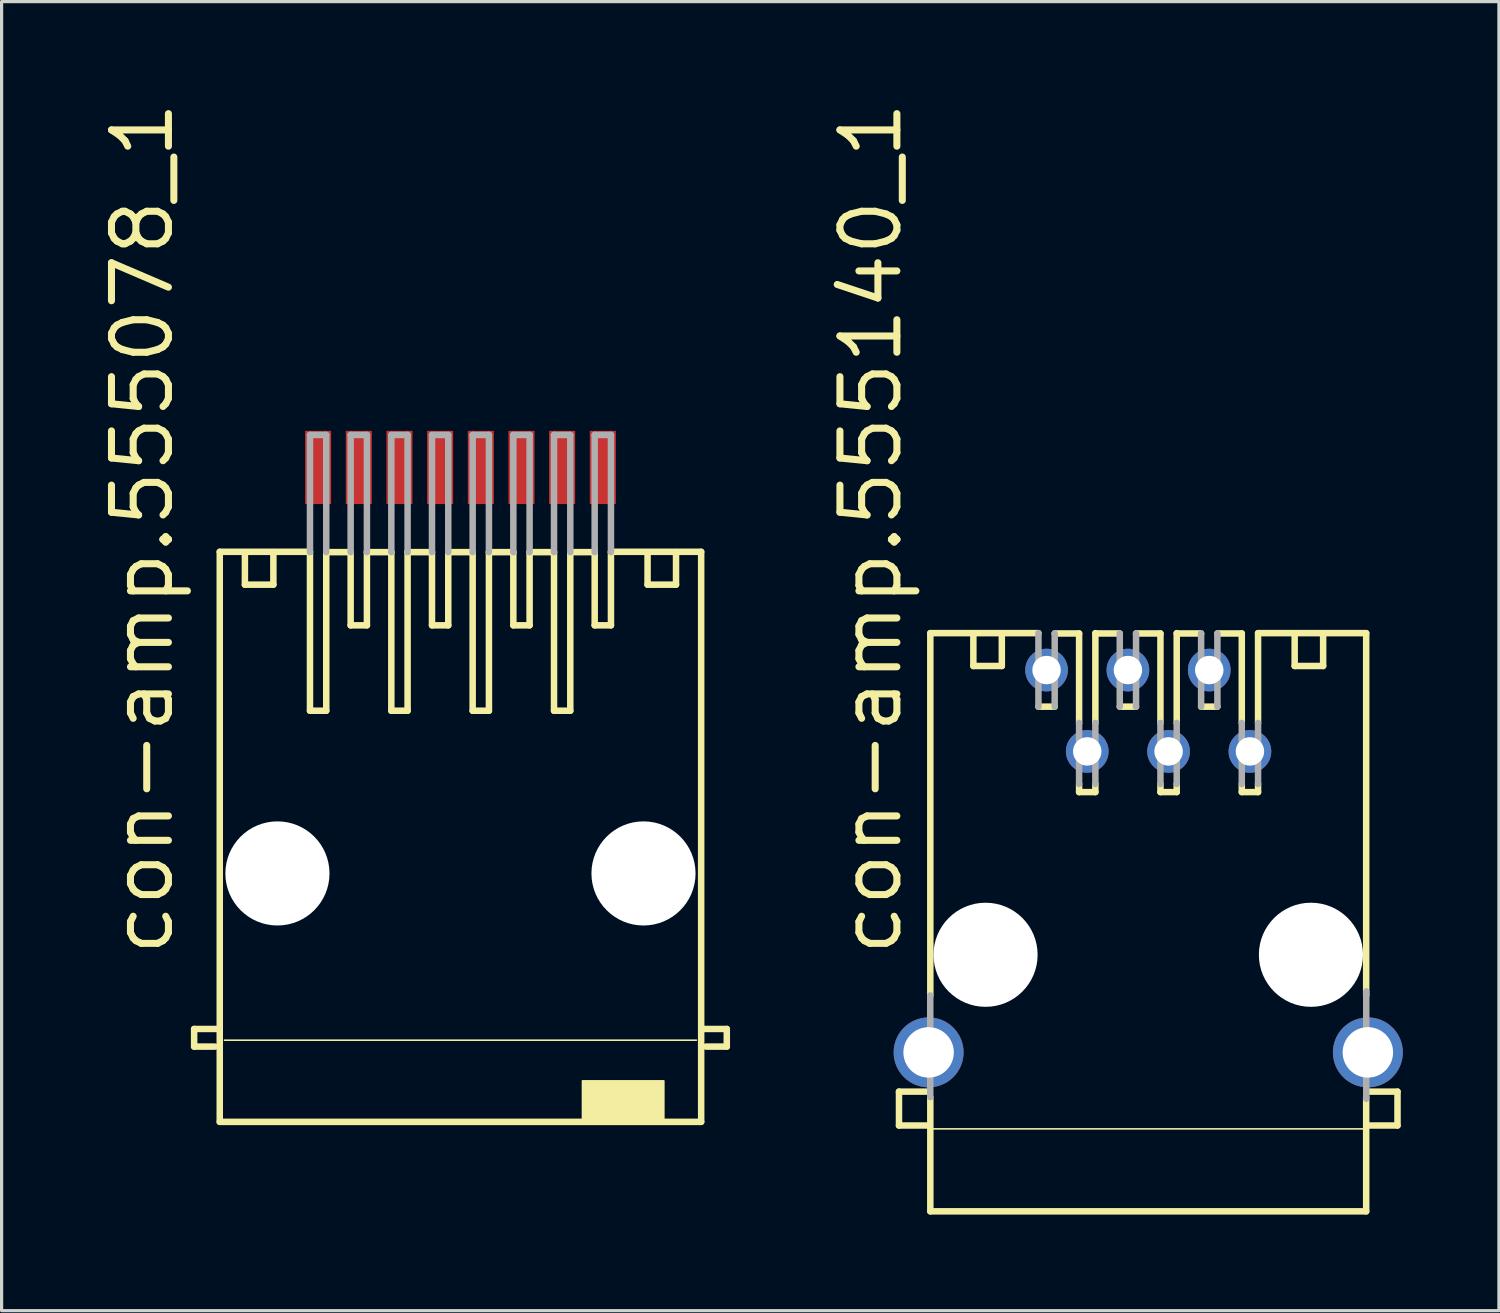
<source format=kicad_pcb>
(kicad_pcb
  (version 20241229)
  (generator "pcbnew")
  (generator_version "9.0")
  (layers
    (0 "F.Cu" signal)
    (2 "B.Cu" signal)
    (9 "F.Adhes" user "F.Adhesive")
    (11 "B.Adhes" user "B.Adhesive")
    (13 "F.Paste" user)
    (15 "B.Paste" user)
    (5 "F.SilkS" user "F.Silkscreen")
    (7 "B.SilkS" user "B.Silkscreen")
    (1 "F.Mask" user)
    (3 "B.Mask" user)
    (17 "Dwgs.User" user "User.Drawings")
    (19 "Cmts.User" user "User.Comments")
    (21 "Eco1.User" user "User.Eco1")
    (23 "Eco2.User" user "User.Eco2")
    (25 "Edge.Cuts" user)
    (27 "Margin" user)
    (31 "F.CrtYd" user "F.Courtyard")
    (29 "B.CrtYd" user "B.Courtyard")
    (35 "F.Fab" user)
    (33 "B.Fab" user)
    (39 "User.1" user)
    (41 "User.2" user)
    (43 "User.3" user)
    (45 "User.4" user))
  (footprint "con-amp.555078_1"
    (layer "F.Cu")
    (at 11.328 23.08)
    (property "Reference" "con-amp.555078_1" (at -8.89 3.81 90) (layer "F.SilkS") (effects (font (size 1.778 1.778) (thickness 0.22)) (justify left bottom)))
    (attr smd)
    (fp_line (start -8.316 6) (end -7.616 6) (stroke (width 0.203) (type default)) (layer "F.SilkS"))
    (fp_line (start -8.316 6.55) (end -8.316 6) (stroke (width 0.203) (type default)) (layer "F.SilkS"))
    (fp_line (start -7.666 6.55) (end -8.316 6.55) (stroke (width 0.203) (type default)) (layer "F.SilkS"))
    (fp_line (start -7.516 -8.9) (end -4.699 -8.9) (stroke (width 0.203) (type default)) (layer "F.SilkS"))
    (fp_line (start -7.516 8.9) (end -7.516 -8.9) (stroke (width 0.203) (type default)) (layer "F.SilkS"))
    (fp_line (start -7.366 6.35) (end 7.366 6.35) (stroke (width 0.051) (type default)) (layer "F.SilkS"))
    (fp_line (start -6.731 -8.89) (end -6.731 -7.874) (stroke (width 0.203) (type default)) (layer "F.SilkS"))
    (fp_line (start -6.731 -7.874) (end -5.842 -7.874) (stroke (width 0.203) (type default)) (layer "F.SilkS"))
    (fp_line (start -5.842 -7.874) (end -5.842 -8.89) (stroke (width 0.203) (type default)) (layer "F.SilkS"))
    (fp_line (start -4.699 -3.937) (end -4.699 -8.89) (stroke (width 0.203) (type default)) (layer "F.SilkS"))
    (fp_line (start -4.191 -8.89) (end -3.429 -8.89) (stroke (width 0.203) (type default)) (layer "F.SilkS"))
    (fp_line (start -4.191 -3.937) (end -4.699 -3.937) (stroke (width 0.203) (type default)) (layer "F.SilkS"))
    (fp_line (start -4.191 -3.937) (end -4.191 -8.9) (stroke (width 0.203) (type default)) (layer "F.SilkS"))
    (fp_line (start -3.429 -8.89) (end -3.429 -6.604) (stroke (width 0.203) (type default)) (layer "F.SilkS"))
    (fp_line (start -2.921 -8.89) (end -2.921 -6.604) (stroke (width 0.203) (type default)) (layer "F.SilkS"))
    (fp_line (start -2.921 -8.89) (end -2.159 -8.89) (stroke (width 0.203) (type default)) (layer "F.SilkS"))
    (fp_line (start -2.921 -6.604) (end -3.429 -6.604) (stroke (width 0.203) (type default)) (layer "F.SilkS"))
    (fp_line (start -2.159 -3.937) (end -2.159 -8.89) (stroke (width 0.203) (type default)) (layer "F.SilkS"))
    (fp_line (start -1.651 -8.89) (end -0.889 -8.89) (stroke (width 0.203) (type default)) (layer "F.SilkS"))
    (fp_line (start -1.651 -3.937) (end -2.159 -3.937) (stroke (width 0.203) (type default)) (layer "F.SilkS"))
    (fp_line (start -1.651 -3.937) (end -1.651 -8.9) (stroke (width 0.203) (type default)) (layer "F.SilkS"))
    (fp_line (start -0.889 -8.89) (end -0.889 -6.604) (stroke (width 0.203) (type default)) (layer "F.SilkS"))
    (fp_line (start -0.381 -8.89) (end -0.381 -6.604) (stroke (width 0.203) (type default)) (layer "F.SilkS"))
    (fp_line (start -0.381 -8.89) (end 0.381 -8.89) (stroke (width 0.203) (type default)) (layer "F.SilkS"))
    (fp_line (start -0.381 -6.604) (end -0.889 -6.604) (stroke (width 0.203) (type default)) (layer "F.SilkS"))
    (fp_line (start 0.381 -3.937) (end 0.381 -8.89) (stroke (width 0.203) (type default)) (layer "F.SilkS"))
    (fp_line (start 0.889 -8.89) (end 1.651 -8.89) (stroke (width 0.203) (type default)) (layer "F.SilkS"))
    (fp_line (start 0.889 -3.937) (end 0.381 -3.937) (stroke (width 0.203) (type default)) (layer "F.SilkS"))
    (fp_line (start 0.889 -3.937) (end 0.889 -8.89) (stroke (width 0.203) (type default)) (layer "F.SilkS"))
    (fp_line (start 1.651 -8.89) (end 1.651 -6.604) (stroke (width 0.203) (type default)) (layer "F.SilkS"))
    (fp_line (start 2.159 -8.89) (end 2.159 -6.604) (stroke (width 0.203) (type default)) (layer "F.SilkS"))
    (fp_line (start 2.159 -8.89) (end 2.921 -8.89) (stroke (width 0.203) (type default)) (layer "F.SilkS"))
    (fp_line (start 2.159 -6.604) (end 1.651 -6.604) (stroke (width 0.203) (type default)) (layer "F.SilkS"))
    (fp_line (start 2.921 -3.937) (end 2.921 -8.89) (stroke (width 0.203) (type default)) (layer "F.SilkS"))
    (fp_line (start 3.429 -8.89) (end 4.191 -8.89) (stroke (width 0.203) (type default)) (layer "F.SilkS"))
    (fp_line (start 3.429 -3.937) (end 2.921 -3.937) (stroke (width 0.203) (type default)) (layer "F.SilkS"))
    (fp_line (start 3.429 -3.937) (end 3.429 -8.9) (stroke (width 0.203) (type default)) (layer "F.SilkS"))
    (fp_line (start 4.191 -8.89) (end 4.191 -6.604) (stroke (width 0.203) (type default)) (layer "F.SilkS"))
    (fp_line (start 4.699 -8.9) (end 7.516 -8.9) (stroke (width 0.203) (type default)) (layer "F.SilkS"))
    (fp_line (start 4.699 -8.89) (end 4.699 -6.604) (stroke (width 0.203) (type default)) (layer "F.SilkS"))
    (fp_line (start 4.699 -6.604) (end 4.191 -6.604) (stroke (width 0.203) (type default)) (layer "F.SilkS"))
    (fp_line (start 5.842 -7.874) (end 5.842 -8.89) (stroke (width 0.203) (type default)) (layer "F.SilkS"))
    (fp_line (start 6.731 -8.89) (end 6.731 -7.874) (stroke (width 0.203) (type default)) (layer "F.SilkS"))
    (fp_line (start 6.731 -7.874) (end 5.842 -7.874) (stroke (width 0.203) (type default)) (layer "F.SilkS"))
    (fp_line (start 7.516 -8.9) (end 7.516 8.9) (stroke (width 0.203) (type default)) (layer "F.SilkS"))
    (fp_line (start 7.516 8.9) (end -7.516 8.9) (stroke (width 0.203) (type default)) (layer "F.SilkS"))
    (fp_line (start 7.666 6.55) (end 8.316 6.55) (stroke (width 0.203) (type default)) (layer "F.SilkS"))
    (fp_line (start 8.316 6) (end 7.616 6) (stroke (width 0.203) (type default)) (layer "F.SilkS"))
    (fp_line (start 8.316 6.55) (end 8.316 6) (stroke (width 0.203) (type default)) (layer "F.SilkS"))
    (fp_rect (start 3.81 8.89) (end 6.35 7.62) (stroke (width 0.05) (type default)) (fill yes) (layer "F.SilkS"))
    (fp_line (start -4.699 -12.549) (end -4.699 -8.89) (stroke (width 0.203) (type default)) (layer "F.Fab"))
    (fp_line (start -4.191 -12.549) (end -4.699 -12.549) (stroke (width 0.203) (type default)) (layer "F.Fab"))
    (fp_line (start -4.191 -8.89) (end -4.191 -12.549) (stroke (width 0.203) (type default)) (layer "F.Fab"))
    (fp_line (start -3.429 -12.549) (end -3.429 -8.89) (stroke (width 0.203) (type default)) (layer "F.Fab"))
    (fp_line (start -2.921 -12.549) (end -3.429 -12.549) (stroke (width 0.203) (type default)) (layer "F.Fab"))
    (fp_line (start -2.921 -8.89) (end -2.921 -12.549) (stroke (width 0.203) (type default)) (layer "F.Fab"))
    (fp_line (start -2.159 -12.549) (end -2.159 -8.89) (stroke (width 0.203) (type default)) (layer "F.Fab"))
    (fp_line (start -1.651 -12.549) (end -2.159 -12.549) (stroke (width 0.203) (type default)) (layer "F.Fab"))
    (fp_line (start -1.651 -8.89) (end -1.651 -12.549) (stroke (width 0.203) (type default)) (layer "F.Fab"))
    (fp_line (start -0.889 -12.549) (end -0.889 -8.89) (stroke (width 0.203) (type default)) (layer "F.Fab"))
    (fp_line (start -0.381 -12.549) (end -0.889 -12.549) (stroke (width 0.203) (type default)) (layer "F.Fab"))
    (fp_line (start -0.381 -8.89) (end -0.381 -12.549) (stroke (width 0.203) (type default)) (layer "F.Fab"))
    (fp_line (start 0.381 -12.549) (end 0.381 -8.89) (stroke (width 0.203) (type default)) (layer "F.Fab"))
    (fp_line (start 0.889 -12.549) (end 0.381 -12.549) (stroke (width 0.203) (type default)) (layer "F.Fab"))
    (fp_line (start 0.889 -8.89) (end 0.889 -12.549) (stroke (width 0.203) (type default)) (layer "F.Fab"))
    (fp_line (start 1.651 -12.549) (end 1.651 -8.89) (stroke (width 0.203) (type default)) (layer "F.Fab"))
    (fp_line (start 2.159 -12.549) (end 1.651 -12.549) (stroke (width 0.203) (type default)) (layer "F.Fab"))
    (fp_line (start 2.159 -8.89) (end 2.159 -12.549) (stroke (width 0.203) (type default)) (layer "F.Fab"))
    (fp_line (start 2.921 -12.549) (end 2.921 -8.89) (stroke (width 0.203) (type default)) (layer "F.Fab"))
    (fp_line (start 3.429 -12.549) (end 2.921 -12.549) (stroke (width 0.203) (type default)) (layer "F.Fab"))
    (fp_line (start 3.429 -8.89) (end 3.429 -12.549) (stroke (width 0.203) (type default)) (layer "F.Fab"))
    (fp_line (start 4.191 -12.549) (end 4.191 -8.89) (stroke (width 0.203) (type default)) (layer "F.Fab"))
    (fp_line (start 4.699 -12.549) (end 4.191 -12.549) (stroke (width 0.203) (type default)) (layer "F.Fab"))
    (fp_line (start 4.699 -8.89) (end 4.699 -12.549) (stroke (width 0.203) (type default)) (layer "F.Fab"))
    (pad "" np_thru_hole circle (at -5.715 1.143) (size 3.251 3.251) (drill 3.251) (layers "*.Cu" "*.Mask"))
    (pad "" np_thru_hole circle (at 5.715 1.143) (size 3.251 3.251) (drill 3.251) (layers "*.Cu" "*.Mask"))
    (pad "1" smd roundrect (at -4.445 -11.533) (size 0.813 2.286) (layers "F.Cu" "F.Mask" "F.Paste") (roundrect_rratio 0.01))
    (pad "2" smd roundrect (at -3.175 -11.533) (size 0.813 2.286) (layers "F.Cu" "F.Mask" "F.Paste") (roundrect_rratio 0.01))
    (pad "3" smd roundrect (at -1.905 -11.533) (size 0.813 2.286) (layers "F.Cu" "F.Mask" "F.Paste") (roundrect_rratio 0.01))
    (pad "4" smd roundrect (at -0.635 -11.533) (size 0.813 2.286) (layers "F.Cu" "F.Mask" "F.Paste") (roundrect_rratio 0.01))
    (pad "5" smd roundrect (at 0.635 -11.533) (size 0.813 2.286) (layers "F.Cu" "F.Mask" "F.Paste") (roundrect_rratio 0.01))
    (pad "6" smd roundrect (at 1.905 -11.533) (size 0.813 2.286) (layers "F.Cu" "F.Mask" "F.Paste") (roundrect_rratio 0.01))
    (pad "7" smd roundrect (at 3.175 -11.533) (size 0.813 2.286) (layers "F.Cu" "F.Mask" "F.Paste") (roundrect_rratio 0.01))
    (pad "8" smd roundrect (at 4.445 -11.533) (size 0.813 2.286) (layers "F.Cu" "F.Mask" "F.Paste") (roundrect_rratio 0.01)))
  (footprint "con-amp.555140_1"
    (layer "F.Cu")
    (at 32.804 26.763)
    (property "Reference" "con-amp.555140_1" (at -7.62 0.127 90) (layer "F.SilkS") (effects (font (size 1.778 1.778) (thickness 0.22)) (justify left bottom)))
    (attr through_hole)
    (fp_line (start -7.783 4.273) (end -6.829 4.273) (stroke (width 0.203) (type default)) (layer "F.SilkS"))
    (fp_line (start -7.783 5.331) (end -7.783 4.273) (stroke (width 0.203) (type default)) (layer "F.SilkS"))
    (fp_line (start -6.858 5.436) (end 6.858 5.436) (stroke (width 0.051) (type default)) (layer "F.SilkS"))
    (fp_line (start -6.828 5.331) (end -7.783 5.331) (stroke (width 0.203) (type default)) (layer "F.SilkS"))
    (fp_line (start -6.805 -10.043) (end -3.429 -10.043) (stroke (width 0.203) (type default)) (layer "F.SilkS"))
    (fp_line (start -6.805 1.27) (end -6.805 -10.043) (stroke (width 0.203) (type default)) (layer "F.SilkS"))
    (fp_line (start -6.805 8.011) (end -6.805 4.445) (stroke (width 0.203) (type default)) (layer "F.SilkS"))
    (fp_line (start -5.461 -10.033) (end -5.461 -9.017) (stroke (width 0.203) (type default)) (layer "F.SilkS"))
    (fp_line (start -5.461 -9.017) (end -4.572 -9.017) (stroke (width 0.203) (type default)) (layer "F.SilkS"))
    (fp_line (start -4.572 -9.017) (end -4.572 -10.033) (stroke (width 0.203) (type default)) (layer "F.SilkS"))
    (fp_line (start -2.921 -10.033) (end -2.159 -10.033) (stroke (width 0.203) (type default)) (layer "F.SilkS"))
    (fp_line (start -2.921 -7.747) (end -3.429 -7.747) (stroke (width 0.203) (type default)) (layer "F.SilkS"))
    (fp_line (start -2.159 -7.239) (end -2.159 -10.033) (stroke (width 0.203) (type default)) (layer "F.SilkS"))
    (fp_line (start -2.159 -5.08) (end -2.159 -5.334) (stroke (width 0.203) (type default)) (layer "F.SilkS"))
    (fp_line (start -1.651 -10.033) (end -0.889 -10.033) (stroke (width 0.203) (type default)) (layer "F.SilkS"))
    (fp_line (start -1.651 -7.239) (end -1.651 -10.043) (stroke (width 0.203) (type default)) (layer "F.SilkS"))
    (fp_line (start -1.651 -5.08) (end -2.159 -5.08) (stroke (width 0.203) (type default)) (layer "F.SilkS"))
    (fp_line (start -1.651 -5.08) (end -1.651 -5.334) (stroke (width 0.203) (type default)) (layer "F.SilkS"))
    (fp_line (start -0.381 -10.033) (end 0.381 -10.033) (stroke (width 0.203) (type default)) (layer "F.SilkS"))
    (fp_line (start -0.381 -7.747) (end -0.889 -7.747) (stroke (width 0.203) (type default)) (layer "F.SilkS"))
    (fp_line (start 0.381 -7.239) (end 0.381 -10.033) (stroke (width 0.203) (type default)) (layer "F.SilkS"))
    (fp_line (start 0.381 -5.08) (end 0.381 -5.334) (stroke (width 0.203) (type default)) (layer "F.SilkS"))
    (fp_line (start 0.889 -10.033) (end 1.651 -10.033) (stroke (width 0.203) (type default)) (layer "F.SilkS"))
    (fp_line (start 0.889 -7.239) (end 0.889 -10.043) (stroke (width 0.203) (type default)) (layer "F.SilkS"))
    (fp_line (start 0.889 -5.08) (end 0.381 -5.08) (stroke (width 0.203) (type default)) (layer "F.SilkS"))
    (fp_line (start 0.889 -5.08) (end 0.889 -5.334) (stroke (width 0.203) (type default)) (layer "F.SilkS"))
    (fp_line (start 2.159 -10.033) (end 2.921 -10.033) (stroke (width 0.203) (type default)) (layer "F.SilkS"))
    (fp_line (start 2.159 -7.747) (end 1.651 -7.747) (stroke (width 0.203) (type default)) (layer "F.SilkS"))
    (fp_line (start 2.921 -7.239) (end 2.921 -10.033) (stroke (width 0.203) (type default)) (layer "F.SilkS"))
    (fp_line (start 2.921 -5.08) (end 2.921 -5.334) (stroke (width 0.203) (type default)) (layer "F.SilkS"))
    (fp_line (start 3.429 -10.043) (end 6.805 -10.043) (stroke (width 0.203) (type default)) (layer "F.SilkS"))
    (fp_line (start 3.429 -7.239) (end 3.429 -10.043) (stroke (width 0.203) (type default)) (layer "F.SilkS"))
    (fp_line (start 3.429 -5.08) (end 2.921 -5.08) (stroke (width 0.203) (type default)) (layer "F.SilkS"))
    (fp_line (start 3.429 -5.08) (end 3.429 -5.334) (stroke (width 0.203) (type default)) (layer "F.SilkS"))
    (fp_line (start 4.572 -9.017) (end 4.572 -10.033) (stroke (width 0.203) (type default)) (layer "F.SilkS"))
    (fp_line (start 5.461 -10.033) (end 5.461 -9.017) (stroke (width 0.203) (type default)) (layer "F.SilkS"))
    (fp_line (start 5.461 -9.017) (end 4.572 -9.017) (stroke (width 0.203) (type default)) (layer "F.SilkS"))
    (fp_line (start 6.805 -10.043) (end 6.805 1.27) (stroke (width 0.203) (type default)) (layer "F.SilkS"))
    (fp_line (start 6.805 4.445) (end 6.805 8.011) (stroke (width 0.203) (type default)) (layer "F.SilkS"))
    (fp_line (start 6.805 8.011) (end -6.805 8.011) (stroke (width 0.203) (type default)) (layer "F.SilkS"))
    (fp_line (start 6.853 5.331) (end 7.783 5.331) (stroke (width 0.203) (type default)) (layer "F.SilkS"))
    (fp_line (start 7.783 4.273) (end 6.854 4.273) (stroke (width 0.203) (type default)) (layer "F.SilkS"))
    (fp_line (start 7.783 5.331) (end 7.783 4.273) (stroke (width 0.203) (type default)) (layer "F.SilkS"))
    (fp_line (start -6.807 4.445) (end -6.807 1.27) (stroke (width 0.203) (type default)) (layer "F.Fab"))
    (fp_line (start -3.429 -10.043) (end -3.429 -7.747) (stroke (width 0.203) (type default)) (layer "F.Fab"))
    (fp_line (start -2.921 -10.033) (end -2.921 -7.747) (stroke (width 0.203) (type default)) (layer "F.Fab"))
    (fp_line (start -2.159 -7.239) (end -2.159 -5.334) (stroke (width 0.203) (type default)) (layer "F.Fab"))
    (fp_line (start -1.651 -7.239) (end -1.651 -5.334) (stroke (width 0.203) (type default)) (layer "F.Fab"))
    (fp_line (start -0.889 -10.033) (end -0.889 -7.747) (stroke (width 0.203) (type default)) (layer "F.Fab"))
    (fp_line (start -0.381 -10.033) (end -0.381 -7.747) (stroke (width 0.203) (type default)) (layer "F.Fab"))
    (fp_line (start 0.381 -7.239) (end 0.381 -5.334) (stroke (width 0.203) (type default)) (layer "F.Fab"))
    (fp_line (start 0.889 -7.239) (end 0.889 -5.334) (stroke (width 0.203) (type default)) (layer "F.Fab"))
    (fp_line (start 1.651 -10.033) (end 1.651 -7.747) (stroke (width 0.203) (type default)) (layer "F.Fab"))
    (fp_line (start 2.159 -10.033) (end 2.159 -7.747) (stroke (width 0.203) (type default)) (layer "F.Fab"))
    (fp_line (start 2.921 -7.239) (end 2.921 -5.334) (stroke (width 0.203) (type default)) (layer "F.Fab"))
    (fp_line (start 3.429 -7.239) (end 3.429 -5.334) (stroke (width 0.203) (type default)) (layer "F.Fab"))
    (fp_line (start 6.807 4.496) (end 6.807 1.143) (stroke (width 0.203) (type default)) (layer "F.Fab"))
    (pad "" np_thru_hole circle (at -5.08 0) (size 3.251 3.251) (drill 3.251) (layers "*.Cu" "*.Mask"))
    (pad "" np_thru_hole circle (at 5.08 0) (size 3.251 3.251) (drill 3.251) (layers "*.Cu" "*.Mask"))
    (pad "1" thru_hole circle (at -3.175 -8.89) (size 1.333 1.333) (drill 0.889) (layers "*.Cu" "*.Mask"))
    (pad "2" thru_hole circle (at -1.905 -6.35) (size 1.333 1.333) (drill 0.889) (layers "*.Cu" "*.Mask"))
    (pad "3" thru_hole circle (at -0.635 -8.89) (size 1.333 1.333) (drill 0.889) (layers "*.Cu" "*.Mask"))
    (pad "4" thru_hole circle (at 0.635 -6.35) (size 1.333 1.333) (drill 0.889) (layers "*.Cu" "*.Mask"))
    (pad "5" thru_hole circle (at 1.905 -8.89) (size 1.333 1.333) (drill 0.889) (layers "*.Cu" "*.Mask"))
    (pad "6" thru_hole circle (at 3.175 -6.35) (size 1.333 1.333) (drill 0.889) (layers "*.Cu" "*.Mask"))
    (pad "G1" thru_hole circle (at -6.858 3.048) (size 2.184 2.184) (drill 1.575) (layers "*.Cu" "*.Mask"))
    (pad "G2" thru_hole circle (at 6.858 3.048) (size 2.184 2.184) (drill 1.575) (layers "*.Cu" "*.Mask")))
  (gr_rect
    (start -3 -3)
    (end 43.754 37.875)
    (stroke (width 0.1) (type default))
    (fill no)
    (layer "Edge.Cuts")))
</source>
